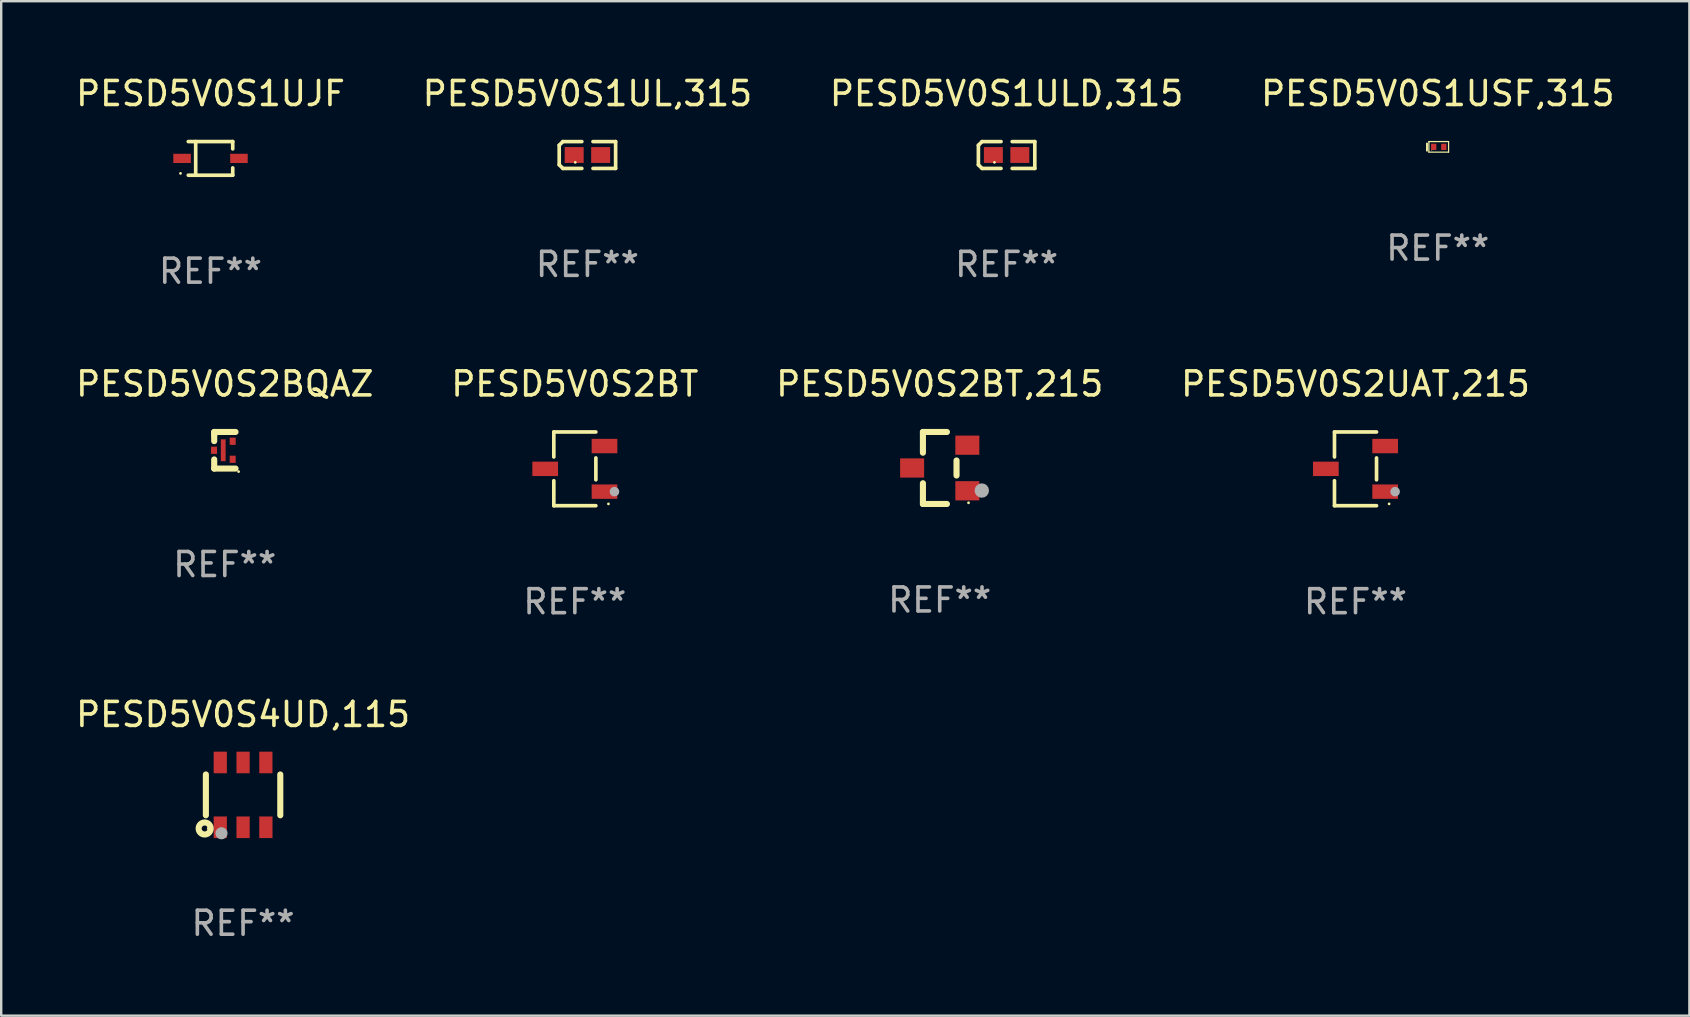
<source format=kicad_pcb>
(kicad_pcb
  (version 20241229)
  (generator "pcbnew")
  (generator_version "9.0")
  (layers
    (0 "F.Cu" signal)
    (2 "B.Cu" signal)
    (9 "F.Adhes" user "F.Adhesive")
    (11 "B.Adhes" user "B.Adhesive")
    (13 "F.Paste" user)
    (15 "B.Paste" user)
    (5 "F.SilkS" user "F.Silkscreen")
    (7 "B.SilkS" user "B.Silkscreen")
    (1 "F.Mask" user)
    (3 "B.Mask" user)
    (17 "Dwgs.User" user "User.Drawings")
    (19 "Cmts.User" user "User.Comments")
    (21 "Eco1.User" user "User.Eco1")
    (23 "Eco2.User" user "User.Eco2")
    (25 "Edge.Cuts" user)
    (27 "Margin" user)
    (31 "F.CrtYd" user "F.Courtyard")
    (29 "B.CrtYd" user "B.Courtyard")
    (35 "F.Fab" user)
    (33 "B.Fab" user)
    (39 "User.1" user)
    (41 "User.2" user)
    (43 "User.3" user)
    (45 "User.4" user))
  (footprint "PESD5V0S2BT,215"
    (layer "F.Cu")
    (at 36.101 16.447)
    (property "Reference" "PESD5V0S2BT,215" (at 0 -3.5 0) (layer "F.SilkS") (effects (font (size 1 1) (thickness 0.15))))
    (attr through_hole)
    (fp_line (start -0.7 -1.5) (end 0.3 -1.5) (stroke (width 0.254) (type solid)) (layer "F.SilkS"))
    (fp_line (start -0.7 -0.636) (end -0.7 -1.5) (stroke (width 0.254) (type solid)) (layer "F.SilkS"))
    (fp_line (start -0.7 1.5) (end -0.7 0.636) (stroke (width 0.254) (type solid)) (layer "F.SilkS"))
    (fp_line (start -0.7 1.5) (end 0.3 1.5) (stroke (width 0.254) (type solid)) (layer "F.SilkS"))
    (fp_line (start 0.7 0.314) (end 0.7 -0.314) (stroke (width 0.254) (type solid)) (layer "F.SilkS"))
    (fp_circle (center 1.2 1.45) (end 1.23 1.45) (stroke (width 0.06) (type solid)) (fill no) (layer "F.SilkS"))
    (fp_circle (center 1.753 0.94) (end 1.903 0.94) (stroke (width 0.3) (type solid)) (fill no) (layer "F.Fab"))
    (fp_text user "REF**" (at 0 5.5 0) (layer "F.Fab") (effects (font (size 1 1) (thickness 0.15))))
    (pad "1" smd rect (at 1.15 0.95 180) (size 1 0.8) (layers "F.Cu" "F.Mask" "F.Paste"))
    (pad "2" smd rect (at 1.15 -0.95 180) (size 1 0.8) (layers "F.Cu" "F.Mask" "F.Paste"))
    (pad "3" smd rect (at -1.15 -0.000051 180) (size 1 0.8) (layers "F.Cu" "F.Mask" "F.Paste")))
  (footprint "PESD5V0S2BQAZ"
    (layer "F.Cu")
    (at 6.315 15.709)
    (property "Reference" "PESD5V0S2BQAZ" (at 0 -2.762 0) (layer "F.SilkS") (effects (font (size 1 1) (thickness 0.15))))
    (attr through_hole)
    (fp_line (start -0.441 -0.762) (end 0.448 -0.762) (stroke (width 0.254) (type solid)) (layer "F.SilkS"))
    (fp_line (start -0.441 -0.635) (end -0.441 -0.762) (stroke (width 0.254) (type solid)) (layer "F.SilkS"))
    (fp_line (start -0.441 -0.381) (end -0.441 -0.635) (stroke (width 0.254) (type solid)) (layer "F.SilkS"))
    (fp_line (start -0.441 0.381) (end -0.441 0.762) (stroke (width 0.254) (type solid)) (layer "F.SilkS"))
    (fp_line (start -0.441 0.762) (end 0.448 0.762) (stroke (width 0.254) (type solid)) (layer "F.SilkS"))
    (fp_circle (center 0.575 0.889) (end 0.605 0.889) (stroke (width 0.06) (type solid)) (fill no) (layer "F.SilkS"))
    (fp_text user "REF**" (at 0 4.762 0) (layer "F.Fab") (effects (font (size 1 1) (thickness 0.15))))
    (pad "1" smd rect (at 0.329 0.375 270) (size 0.3 0.25) (layers "F.Cu" "F.Mask" "F.Paste"))
    (pad "2" smd rect (at 0.329 -0.375 270) (size 0.3 0.25) (layers "F.Cu" "F.Mask" "F.Paste"))
    (pad "3" smd rect (at -0.448 0 270) (size 0.3 0.25) (layers "F.Cu" "F.Mask" "F.Paste"))
    (pad "4" smd rect (at -0.065 0 270) (size 0.91 0.2) (layers "F.Cu" "F.Mask" "F.Paste")))
  (footprint "PESD5V0S2UAT,215"
    (layer "F.Cu")
    (at 53.423 16.483)
    (property "Reference" "PESD5V0S2UAT,215" (at 0 -3.536 0) (layer "F.SilkS") (effects (font (size 1 1) (thickness 0.15))))
    (attr through_hole)
    (fp_line (start -0.876 -1.536) (end -0.876 -0.495) (stroke (width 0.152) (type solid)) (layer "F.SilkS"))
    (fp_line (start -0.876 1.536) (end -0.876 0.495) (stroke (width 0.152) (type solid)) (layer "F.SilkS"))
    (fp_line (start 0.876 -1.536) (end -0.876 -1.536) (stroke (width 0.152) (type solid)) (layer "F.SilkS"))
    (fp_line (start 0.876 -0.455) (end 0.876 0.455) (stroke (width 0.152) (type solid)) (layer "F.SilkS"))
    (fp_line (start 0.876 1.536) (end -0.876 1.536) (stroke (width 0.152) (type solid)) (layer "F.SilkS"))
    (fp_circle (center 1.4 1.46) (end 1.43 1.46) (stroke (width 0.06) (type solid)) (fill no) (layer "F.SilkS"))
    (fp_circle (center 1.651 0.95) (end 1.751 0.95) (stroke (width 0.2) (type solid)) (fill no) (layer "F.Fab"))
    (fp_text user "REF**" (at 0 5.536 0) (layer "F.Fab") (effects (font (size 1 1) (thickness 0.15))))
    (pad "1" smd rect (at 1.235 0.95) (size 1.07 0.6) (layers "F.Cu" "F.Mask" "F.Paste"))
    (pad "2" smd rect (at 1.235 -0.95) (size 1.07 0.6) (layers "F.Cu" "F.Mask" "F.Paste"))
    (pad "3" smd rect (at -1.235 0) (size 1.07 0.6) (layers "F.Cu" "F.Mask" "F.Paste")))
  (footprint "PESD5V0S1UJF"
    (layer "F.Cu")
    (at 5.72 3.549)
    (property "Reference" "PESD5V0S1UJF" (at 0 -2.701 0) (layer "F.SilkS") (effects (font (size 1 1) (thickness 0.15))))
    (attr through_hole)
    (fp_line (start -0.926 -0.701) (end 0.926 -0.701) (stroke (width 0.152) (type solid)) (layer "F.SilkS"))
    (fp_line (start -0.926 0.701) (end 0.926 0.701) (stroke (width 0.152) (type solid)) (layer "F.SilkS"))
    (fp_line (start -0.617 -0.701) (end -0.617 0.701) (stroke (width 0.152) (type solid)) (layer "F.SilkS"))
    (fp_line (start 0.926 -0.701) (end 0.926 -0.396) (stroke (width 0.152) (type solid)) (layer "F.SilkS"))
    (fp_line (start 0.926 0.701) (end 0.926 0.396) (stroke (width 0.152) (type solid)) (layer "F.SilkS"))
    (fp_circle (center -1.25 0.625) (end -1.22 0.625) (stroke (width 0.06) (type solid)) (fill no) (layer "F.SilkS"))
    (fp_text user "REF**" (at 0 4.701 0) (layer "F.Fab") (effects (font (size 1 1) (thickness 0.15))))
    (pad "1" smd rect (at -1.185 0 180) (size 0.73 0.385) (layers "F.Cu" "F.Mask" "F.Paste"))
    (pad "2" smd rect (at 1.185 0 180) (size 0.73 0.385) (layers "F.Cu" "F.Mask" "F.Paste")))
  (footprint "PESD5V0S2BT"
    (layer "F.Cu")
    (at 20.899 16.483)
    (property "Reference" "PESD5V0S2BT" (at 0 -3.536 0) (layer "F.SilkS") (effects (font (size 1 1) (thickness 0.15))))
    (attr through_hole)
    (fp_line (start -0.876 -1.536) (end -0.876 -0.495) (stroke (width 0.152) (type solid)) (layer "F.SilkS"))
    (fp_line (start -0.876 1.536) (end -0.876 0.495) (stroke (width 0.152) (type solid)) (layer "F.SilkS"))
    (fp_line (start 0.876 -1.536) (end -0.876 -1.536) (stroke (width 0.152) (type solid)) (layer "F.SilkS"))
    (fp_line (start 0.876 -0.455) (end 0.876 0.455) (stroke (width 0.152) (type solid)) (layer "F.SilkS"))
    (fp_line (start 0.876 1.536) (end -0.876 1.536) (stroke (width 0.152) (type solid)) (layer "F.SilkS"))
    (fp_circle (center 1.4 1.46) (end 1.43 1.46) (stroke (width 0.06) (type solid)) (fill no) (layer "F.SilkS"))
    (fp_circle (center 1.651 0.95) (end 1.751 0.95) (stroke (width 0.2) (type solid)) (fill no) (layer "F.Fab"))
    (fp_text user "REF**" (at 0 5.536 0) (layer "F.Fab") (effects (font (size 1 1) (thickness 0.15))))
    (pad "1" smd rect (at 1.235 0.95) (size 1.07 0.6) (layers "F.Cu" "F.Mask" "F.Paste"))
    (pad "2" smd rect (at 1.235 -0.95) (size 1.07 0.6) (layers "F.Cu" "F.Mask" "F.Paste"))
    (pad "3" smd rect (at -1.235 0) (size 1.07 0.6) (layers "F.Cu" "F.Mask" "F.Paste")))
  (footprint "PESD5V0S1USF,315"
    (layer "F.Cu")
    (at 56.851 3.068)
    (property "Reference" "PESD5V0S1USF,315" (at 0 -2.22 0) (layer "F.SilkS") (effects (font (size 1 1) (thickness 0.15))))
    (attr through_hole)
    (fp_line (start -0.45 -0.14) (end -0.45 0.16) (stroke (width 0.08) (type solid)) (layer "F.SilkS"))
    (fp_line (start -0.37 -0.22) (end 0.45 -0.22) (stroke (width 0.051) (type solid)) (layer "F.SilkS"))
    (fp_line (start -0.37 0.22) (end -0.37 -0.22) (stroke (width 0.051) (type solid)) (layer "F.SilkS"))
    (fp_line (start 0.45 -0.22) (end 0.45 0.22) (stroke (width 0.051) (type solid)) (layer "F.SilkS"))
    (fp_line (start 0.45 0.22) (end -0.37 0.22) (stroke (width 0.051) (type solid)) (layer "F.SilkS"))
    (fp_circle (center -0.25 0.14) (end -0.24 0.14) (stroke (width 0.02) (type solid)) (fill no) (layer "F.SilkS"))
    (fp_text user "REF**" (at 0 4.22 0) (layer "F.Fab") (effects (font (size 1 1) (thickness 0.15))))
    (pad "1" smd rect (at -0.17 0 90) (size 0.26 0.22) (layers "F.Cu" "F.Mask" "F.Paste"))
    (pad "2" smd rect (at 0.25 0 90) (size 0.26 0.22) (layers "F.Cu" "F.Mask" "F.Paste")))
  (footprint "PESD5V0S4UD,115"
    (layer "F.Cu")
    (at 7.077 30.066)
    (property "Reference" "PESD5V0S4UD,115" (at 0 -3.35 0) (layer "F.SilkS") (effects (font (size 1 1) (thickness 0.15))))
    (attr through_hole)
    (fp_line (start -1.55 0.85) (end -1.55 -0.85) (stroke (width 0.254) (type solid)) (layer "F.SilkS"))
    (fp_line (start 1.55 -0.85) (end 1.55 0.85) (stroke (width 0.254) (type solid)) (layer "F.SilkS"))
    (fp_circle (center -1.6 1.4) (end -1.476 1.4) (stroke (width 0.254) (type solid)) (fill no) (layer "F.SilkS"))
    (fp_circle (center -1.45 1.4) (end -1.42 1.4) (stroke (width 0.06) (type solid)) (fill no) (layer "F.SilkS"))
    (fp_circle (center -0.9 1.6) (end -0.773 1.6) (stroke (width 0.254) (type solid)) (fill no) (layer "F.Fab"))
    (fp_text user "REF**" (at 0 5.35 0) (layer "F.Fab") (effects (font (size 1 1) (thickness 0.15))))
    (pad "1" smd rect (at -0.95 1.35) (size 0.551 0.9) (layers "F.Cu" "F.Mask" "F.Paste"))
    (pad "2" smd rect (at 0.000127 1.35) (size 0.551 0.9) (layers "F.Cu" "F.Mask" "F.Paste"))
    (pad "3" smd rect (at 0.95 1.35) (size 0.551 0.9) (layers "F.Cu" "F.Mask" "F.Paste"))
    (pad "4" smd rect (at 0.95 -1.35) (size 0.55 0.9) (layers "F.Cu" "F.Mask" "F.Paste"))
    (pad "5" smd rect (at 0.000127 -1.35) (size 0.55 0.9) (layers "F.Cu" "F.Mask" "F.Paste"))
    (pad "6" smd rect (at -0.95 -1.35) (size 0.55 0.9) (layers "F.Cu" "F.Mask" "F.Paste")))
  (footprint "PESD5V0S1ULD,315"
    (layer "F.Cu")
    (at 38.887 3.408)
    (property "Reference" "PESD5V0S1ULD,315" (at 0 -2.559 0) (layer "F.SilkS") (effects (font (size 1 1) (thickness 0.15))))
    (attr through_hole)
    (fp_line (start -1.175 -0.407) (end -1.023 -0.559) (stroke (width 0.152) (type solid)) (layer "F.SilkS"))
    (fp_line (start -1.175 0.407) (end -1.175 -0.407) (stroke (width 0.152) (type solid)) (layer "F.SilkS"))
    (fp_line (start -1.023 -0.559) (end -0.232 -0.559) (stroke (width 0.152) (type solid)) (layer "F.SilkS"))
    (fp_line (start -1.023 0.559) (end -1.175 0.407) (stroke (width 0.152) (type solid)) (layer "F.SilkS"))
    (fp_line (start -0.232 0.559) (end -1.023 0.559) (stroke (width 0.152) (type solid)) (layer "F.SilkS"))
    (fp_line (start 0.232 0.559) (end 1.175 0.559) (stroke (width 0.152) (type solid)) (layer "F.SilkS"))
    (fp_line (start 1.175 -0.559) (end 0.232 -0.559) (stroke (width 0.152) (type solid)) (layer "F.SilkS"))
    (fp_line (start 1.175 0.559) (end 1.175 -0.559) (stroke (width 0.152) (type solid)) (layer "F.SilkS"))
    (fp_circle (center -0.506 0.306) (end -0.476 0.306) (stroke (width 0.06) (type solid)) (fill no) (layer "F.SilkS"))
    (fp_text user "REF**" (at 0 4.559 0) (layer "F.Fab") (effects (font (size 1 1) (thickness 0.15))))
    (pad "1" smd rect (at -0.551 0) (size 0.79 0.661) (layers "F.Cu" "F.Mask" "F.Paste"))
    (pad "2" smd rect (at 0.551 0) (size 0.79 0.661) (layers "F.Cu" "F.Mask" "F.Paste")))
  (footprint "PESD5V0S1UL,315"
    (layer "F.Cu")
    (at 21.423 3.408)
    (property "Reference" "PESD5V0S1UL,315" (at 0 -2.559 0) (layer "F.SilkS") (effects (font (size 1 1) (thickness 0.15))))
    (attr through_hole)
    (fp_line (start -1.175 -0.407) (end -1.023 -0.559) (stroke (width 0.152) (type solid)) (layer "F.SilkS"))
    (fp_line (start -1.175 0.407) (end -1.175 -0.407) (stroke (width 0.152) (type solid)) (layer "F.SilkS"))
    (fp_line (start -1.023 -0.559) (end -0.232 -0.559) (stroke (width 0.152) (type solid)) (layer "F.SilkS"))
    (fp_line (start -1.023 0.559) (end -1.175 0.407) (stroke (width 0.152) (type solid)) (layer "F.SilkS"))
    (fp_line (start -0.232 0.559) (end -1.023 0.559) (stroke (width 0.152) (type solid)) (layer "F.SilkS"))
    (fp_line (start 0.232 0.559) (end 1.175 0.559) (stroke (width 0.152) (type solid)) (layer "F.SilkS"))
    (fp_line (start 1.175 -0.559) (end 0.232 -0.559) (stroke (width 0.152) (type solid)) (layer "F.SilkS"))
    (fp_line (start 1.175 0.559) (end 1.175 -0.559) (stroke (width 0.152) (type solid)) (layer "F.SilkS"))
    (fp_circle (center -0.506 0.306) (end -0.476 0.306) (stroke (width 0.06) (type solid)) (fill no) (layer "F.SilkS"))
    (fp_text user "REF**" (at 0 4.559 0) (layer "F.Fab") (effects (font (size 1 1) (thickness 0.15))))
    (pad "1" smd rect (at -0.551 0) (size 0.79 0.661) (layers "F.Cu" "F.Mask" "F.Paste"))
    (pad "2" smd rect (at 0.551 0) (size 0.79 0.661) (layers "F.Cu" "F.Mask" "F.Paste")))
  (gr_rect
    (start -3 -3)
    (end 67.333 39.264)
    (stroke (width 0.1) (type default))
    (fill no)
    (layer "Edge.Cuts")))
</source>
